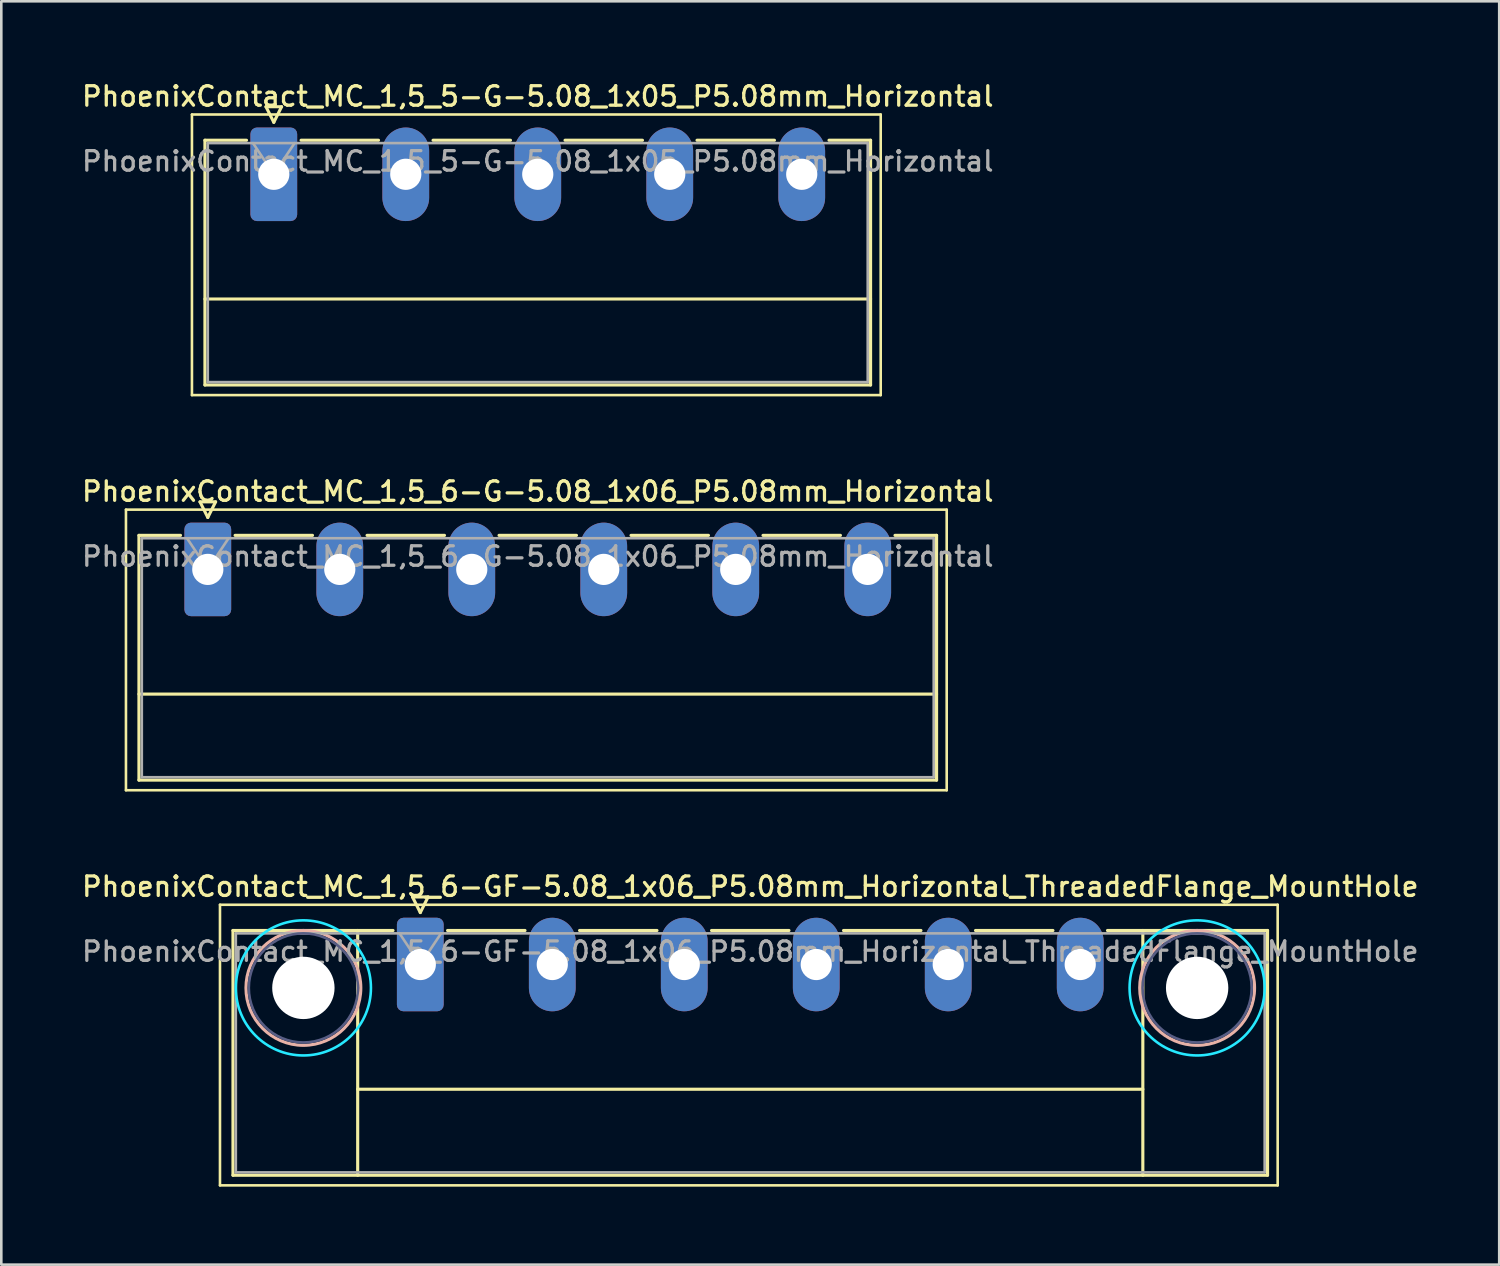
<source format=kicad_pcb>
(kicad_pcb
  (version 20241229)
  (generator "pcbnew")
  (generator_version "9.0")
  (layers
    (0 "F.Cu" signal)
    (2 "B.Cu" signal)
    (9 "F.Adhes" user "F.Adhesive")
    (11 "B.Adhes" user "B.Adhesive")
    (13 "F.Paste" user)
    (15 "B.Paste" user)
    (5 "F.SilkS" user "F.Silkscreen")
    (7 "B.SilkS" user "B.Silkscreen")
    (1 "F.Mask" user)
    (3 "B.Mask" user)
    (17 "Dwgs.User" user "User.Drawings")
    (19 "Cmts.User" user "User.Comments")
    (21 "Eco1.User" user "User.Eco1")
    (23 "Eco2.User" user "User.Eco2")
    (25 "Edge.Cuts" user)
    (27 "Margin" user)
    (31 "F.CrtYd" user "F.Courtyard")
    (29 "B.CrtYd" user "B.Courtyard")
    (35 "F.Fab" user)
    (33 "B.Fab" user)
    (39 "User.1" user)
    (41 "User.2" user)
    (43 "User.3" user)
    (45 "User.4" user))
  (footprint "PhoenixContact_MC_1,5_6-G-5.08_1x06_P5.08mm_Horizontal"
    (layer "F.Cu")
    (at 4.948 18.866)
    (property "Reference" "PhoenixContact_MC_1,5_6-G-5.08_1x06_P5.08mm_Horizontal" (at 12.7 -3 0) (layer "F.SilkS") (effects (font (size 0.75 0.75) (thickness 0.125))))
    (attr through_hole)
    (fp_line (start -3.15 -2.3) (end -3.15 8.5) (stroke (width 0.1) (type solid)) (layer "F.SilkS"))
    (fp_line (start -3.15 8.5) (end 28.44 8.5) (stroke (width 0.1) (type solid)) (layer "F.SilkS"))
    (fp_line (start -2.65 -1.31) (end -2.65 8.11) (stroke (width 0.12) (type solid)) (layer "F.SilkS"))
    (fp_line (start -2.65 -1.31) (end -1.05 -1.31) (stroke (width 0.12) (type solid)) (layer "F.SilkS"))
    (fp_line (start -2.65 4.8) (end 28.05 4.8) (stroke (width 0.12) (type solid)) (layer "F.SilkS"))
    (fp_line (start -2.65 8.11) (end 28.05 8.11) (stroke (width 0.12) (type solid)) (layer "F.SilkS"))
    (fp_line (start -0.3 -2.6) (end 0.3 -2.6) (stroke (width 0.12) (type solid)) (layer "F.SilkS"))
    (fp_line (start 0 -2) (end -0.3 -2.6) (stroke (width 0.12) (type solid)) (layer "F.SilkS"))
    (fp_line (start 0.3 -2.6) (end 0 -2) (stroke (width 0.12) (type solid)) (layer "F.SilkS"))
    (fp_line (start 1.05 -1.31) (end 4.03 -1.31) (stroke (width 0.12) (type solid)) (layer "F.SilkS"))
    (fp_line (start 6.13 -1.31) (end 9.11 -1.31) (stroke (width 0.12) (type solid)) (layer "F.SilkS"))
    (fp_line (start 11.21 -1.31) (end 14.19 -1.31) (stroke (width 0.12) (type solid)) (layer "F.SilkS"))
    (fp_line (start 16.29 -1.31) (end 19.27 -1.31) (stroke (width 0.12) (type solid)) (layer "F.SilkS"))
    (fp_line (start 21.37 -1.31) (end 24.35 -1.31) (stroke (width 0.12) (type solid)) (layer "F.SilkS"))
    (fp_line (start 28.05 -1.31) (end 26.45 -1.31) (stroke (width 0.12) (type solid)) (layer "F.SilkS"))
    (fp_line (start 28.05 8.11) (end 28.05 -1.31) (stroke (width 0.12) (type solid)) (layer "F.SilkS"))
    (fp_line (start 28.44 -2.3) (end -3.15 -2.3) (stroke (width 0.1) (type solid)) (layer "F.SilkS"))
    (fp_line (start 28.44 8.5) (end 28.44 -2.3) (stroke (width 0.1) (type solid)) (layer "F.SilkS"))
    (fp_line (start -2.54 -1.2) (end -2.54 8) (stroke (width 0.1) (type solid)) (layer "F.Fab"))
    (fp_line (start -2.54 8) (end 27.94 8) (stroke (width 0.1) (type solid)) (layer "F.Fab"))
    (fp_line (start 0 0) (end -0.8 -1.2) (stroke (width 0.1) (type solid)) (layer "F.Fab"))
    (fp_line (start 0.8 -1.2) (end 0 0) (stroke (width 0.1) (type solid)) (layer "F.Fab"))
    (fp_line (start 27.94 -1.2) (end -2.54 -1.2) (stroke (width 0.1) (type solid)) (layer "F.Fab"))
    (fp_line (start 27.94 8) (end 27.94 -1.2) (stroke (width 0.1) (type solid)) (layer "F.Fab"))
    (fp_text user "${REFERENCE}" (at 12.7 -0.5 0) (layer "F.Fab") (effects (font (size 0.75 0.75) (thickness 0.125))))
    (pad "1" thru_hole roundrect (at 0 0) (size 1.8 3.6) (drill 1.2) (layers "*.Cu" "*.Mask") (roundrect_rratio 0.139))
    (pad "2" thru_hole oval (at 5.08 0) (size 1.8 3.6) (drill 1.2) (layers "*.Cu" "*.Mask"))
    (pad "3" thru_hole oval (at 10.16 0) (size 1.8 3.6) (drill 1.2) (layers "*.Cu" "*.Mask"))
    (pad "4" thru_hole oval (at 15.24 0) (size 1.8 3.6) (drill 1.2) (layers "*.Cu" "*.Mask"))
    (pad "5" thru_hole oval (at 20.32 0) (size 1.8 3.6) (drill 1.2) (layers "*.Cu" "*.Mask"))
    (pad "6" thru_hole oval (at 25.4 0) (size 1.8 3.6) (drill 1.2) (layers "*.Cu" "*.Mask")))
  (footprint "PhoenixContact_MC_1,5_5-G-5.08_1x05_P5.08mm_Horizontal"
    (layer "F.Cu")
    (at 7.488 3.658)
    (property "Reference" "PhoenixContact_MC_1,5_5-G-5.08_1x05_P5.08mm_Horizontal" (at 10.16 -3 0) (layer "F.SilkS") (effects (font (size 0.75 0.75) (thickness 0.125))))
    (attr through_hole)
    (fp_line (start -3.15 -2.3) (end -3.15 8.5) (stroke (width 0.1) (type solid)) (layer "F.SilkS"))
    (fp_line (start -3.15 8.5) (end 23.36 8.5) (stroke (width 0.1) (type solid)) (layer "F.SilkS"))
    (fp_line (start -2.65 -1.31) (end -2.65 8.11) (stroke (width 0.12) (type solid)) (layer "F.SilkS"))
    (fp_line (start -2.65 -1.31) (end -1.05 -1.31) (stroke (width 0.12) (type solid)) (layer "F.SilkS"))
    (fp_line (start -2.65 4.8) (end 22.97 4.8) (stroke (width 0.12) (type solid)) (layer "F.SilkS"))
    (fp_line (start -2.65 8.11) (end 22.97 8.11) (stroke (width 0.12) (type solid)) (layer "F.SilkS"))
    (fp_line (start -0.3 -2.6) (end 0.3 -2.6) (stroke (width 0.12) (type solid)) (layer "F.SilkS"))
    (fp_line (start 0 -2) (end -0.3 -2.6) (stroke (width 0.12) (type solid)) (layer "F.SilkS"))
    (fp_line (start 0.3 -2.6) (end 0 -2) (stroke (width 0.12) (type solid)) (layer "F.SilkS"))
    (fp_line (start 1.05 -1.31) (end 4.03 -1.31) (stroke (width 0.12) (type solid)) (layer "F.SilkS"))
    (fp_line (start 6.13 -1.31) (end 9.11 -1.31) (stroke (width 0.12) (type solid)) (layer "F.SilkS"))
    (fp_line (start 11.21 -1.31) (end 14.19 -1.31) (stroke (width 0.12) (type solid)) (layer "F.SilkS"))
    (fp_line (start 16.29 -1.31) (end 19.27 -1.31) (stroke (width 0.12) (type solid)) (layer "F.SilkS"))
    (fp_line (start 22.97 -1.31) (end 21.37 -1.31) (stroke (width 0.12) (type solid)) (layer "F.SilkS"))
    (fp_line (start 22.97 8.11) (end 22.97 -1.31) (stroke (width 0.12) (type solid)) (layer "F.SilkS"))
    (fp_line (start 23.36 -2.3) (end -3.15 -2.3) (stroke (width 0.1) (type solid)) (layer "F.SilkS"))
    (fp_line (start 23.36 8.5) (end 23.36 -2.3) (stroke (width 0.1) (type solid)) (layer "F.SilkS"))
    (fp_line (start -2.54 -1.2) (end -2.54 8) (stroke (width 0.1) (type solid)) (layer "F.Fab"))
    (fp_line (start -2.54 8) (end 22.86 8) (stroke (width 0.1) (type solid)) (layer "F.Fab"))
    (fp_line (start 0 0) (end -0.8 -1.2) (stroke (width 0.1) (type solid)) (layer "F.Fab"))
    (fp_line (start 0.8 -1.2) (end 0 0) (stroke (width 0.1) (type solid)) (layer "F.Fab"))
    (fp_line (start 22.86 -1.2) (end -2.54 -1.2) (stroke (width 0.1) (type solid)) (layer "F.Fab"))
    (fp_line (start 22.86 8) (end 22.86 -1.2) (stroke (width 0.1) (type solid)) (layer "F.Fab"))
    (fp_text user "${REFERENCE}" (at 10.16 -0.5 0) (layer "F.Fab") (effects (font (size 0.75 0.75) (thickness 0.125))))
    (pad "1" thru_hole roundrect (at 0 0) (size 1.8 3.6) (drill 1.2) (layers "*.Cu" "*.Mask") (roundrect_rratio 0.139))
    (pad "2" thru_hole oval (at 5.08 0) (size 1.8 3.6) (drill 1.2) (layers "*.Cu" "*.Mask"))
    (pad "3" thru_hole oval (at 10.16 0) (size 1.8 3.6) (drill 1.2) (layers "*.Cu" "*.Mask"))
    (pad "4" thru_hole oval (at 15.24 0) (size 1.8 3.6) (drill 1.2) (layers "*.Cu" "*.Mask"))
    (pad "5" thru_hole oval (at 20.32 0) (size 1.8 3.6) (drill 1.2) (layers "*.Cu" "*.Mask")))
  (footprint "PhoenixContact_MC_1,5_6-GF-5.08_1x06_P5.08mm_Horizontal_ThreadedFlange_MountHole"
    (layer "F.Cu")
    (at 13.127 34.074)
    (property "Reference" "PhoenixContact_MC_1,5_6-GF-5.08_1x06_P5.08mm_Horizontal_ThreadedFlange_MountHole" (at 12.7 -3 0) (layer "F.SilkS") (effects (font (size 0.75 0.75) (thickness 0.125))))
    (attr through_hole)
    (fp_line (start -7.71 -2.3) (end -7.71 8.5) (stroke (width 0.1) (type solid)) (layer "F.SilkS"))
    (fp_line (start -7.71 8.5) (end 33 8.5) (stroke (width 0.1) (type solid)) (layer "F.SilkS"))
    (fp_line (start -7.21 -1.31) (end -7.21 8.11) (stroke (width 0.12) (type solid)) (layer "F.SilkS"))
    (fp_line (start -7.21 -1.31) (end -1.05 -1.31) (stroke (width 0.12) (type solid)) (layer "F.SilkS"))
    (fp_line (start -7.21 8.11) (end 32.61 8.11) (stroke (width 0.12) (type solid)) (layer "F.SilkS"))
    (fp_line (start -2.41 -1.31) (end -2.41 8.11) (stroke (width 0.12) (type solid)) (layer "F.SilkS"))
    (fp_line (start -2.41 4.8) (end 27.81 4.8) (stroke (width 0.12) (type solid)) (layer "F.SilkS"))
    (fp_line (start -0.3 -2.6) (end 0.3 -2.6) (stroke (width 0.12) (type solid)) (layer "F.SilkS"))
    (fp_line (start 0 -2) (end -0.3 -2.6) (stroke (width 0.12) (type solid)) (layer "F.SilkS"))
    (fp_line (start 0.3 -2.6) (end 0 -2) (stroke (width 0.12) (type solid)) (layer "F.SilkS"))
    (fp_line (start 1.05 -1.31) (end 4.03 -1.31) (stroke (width 0.12) (type solid)) (layer "F.SilkS"))
    (fp_line (start 6.13 -1.31) (end 9.11 -1.31) (stroke (width 0.12) (type solid)) (layer "F.SilkS"))
    (fp_line (start 11.21 -1.31) (end 14.19 -1.31) (stroke (width 0.12) (type solid)) (layer "F.SilkS"))
    (fp_line (start 16.29 -1.31) (end 19.27 -1.31) (stroke (width 0.12) (type solid)) (layer "F.SilkS"))
    (fp_line (start 21.37 -1.31) (end 24.35 -1.31) (stroke (width 0.12) (type solid)) (layer "F.SilkS"))
    (fp_line (start 27.81 -1.31) (end 27.81 8.11) (stroke (width 0.12) (type solid)) (layer "F.SilkS"))
    (fp_line (start 32.61 -1.31) (end 26.45 -1.31) (stroke (width 0.12) (type solid)) (layer "F.SilkS"))
    (fp_line (start 32.61 8.11) (end 32.61 -1.31) (stroke (width 0.12) (type solid)) (layer "F.SilkS"))
    (fp_line (start 33 -2.3) (end -7.71 -2.3) (stroke (width 0.1) (type solid)) (layer "F.SilkS"))
    (fp_line (start 33 8.5) (end 33 -2.3) (stroke (width 0.1) (type solid)) (layer "F.SilkS"))
    (fp_circle (center -4.5 0.9) (end -2.29 0.9) (stroke (width 0.12) (type solid)) (fill no) (layer "B.SilkS"))
    (fp_circle (center 29.9 0.9) (end 32.11 0.9) (stroke (width 0.12) (type solid)) (fill no) (layer "B.SilkS"))
    (fp_circle (center -4.5 0.9) (end -1.9 0.9) (stroke (width 0.1) (type solid)) (fill no) (layer "B.CrtYd"))
    (fp_circle (center 29.9 0.9) (end 32.5 0.9) (stroke (width 0.1) (type solid)) (fill no) (layer "B.CrtYd"))
    (fp_circle (center -4.5 0.9) (end -2.4 0.9) (stroke (width 0.1) (type solid)) (fill no) (layer "B.Fab"))
    (fp_circle (center 29.9 0.9) (end 32 0.9) (stroke (width 0.1) (type solid)) (fill no) (layer "B.Fab"))
    (fp_line (start -7.1 -1.2) (end -7.1 8) (stroke (width 0.1) (type solid)) (layer "F.Fab"))
    (fp_line (start -7.1 8) (end 32.5 8) (stroke (width 0.1) (type solid)) (layer "F.Fab"))
    (fp_line (start 0 0) (end -0.8 -1.2) (stroke (width 0.1) (type solid)) (layer "F.Fab"))
    (fp_line (start 0.8 -1.2) (end 0 0) (stroke (width 0.1) (type solid)) (layer "F.Fab"))
    (fp_line (start 32.5 -1.2) (end -7.1 -1.2) (stroke (width 0.1) (type solid)) (layer "F.Fab"))
    (fp_line (start 32.5 8) (end 32.5 -1.2) (stroke (width 0.1) (type solid)) (layer "F.Fab"))
    (fp_text user "${REFERENCE}" (at 12.7 -0.5 0) (layer "F.Fab") (effects (font (size 0.75 0.75) (thickness 0.125))))
    (pad "" np_thru_hole circle (at -4.5 0.9) (size 2.4 2.4) (drill 2.4) (layers "*.Cu" "*.Mask"))
    (pad "" np_thru_hole circle (at 29.9 0.9) (size 2.4 2.4) (drill 2.4) (layers "*.Cu" "*.Mask"))
    (pad "1" thru_hole roundrect (at 0 0) (size 1.8 3.6) (drill 1.2) (layers "*.Cu" "*.Mask") (roundrect_rratio 0.139))
    (pad "2" thru_hole oval (at 5.08 0) (size 1.8 3.6) (drill 1.2) (layers "*.Cu" "*.Mask"))
    (pad "3" thru_hole oval (at 10.16 0) (size 1.8 3.6) (drill 1.2) (layers "*.Cu" "*.Mask"))
    (pad "4" thru_hole oval (at 15.24 0) (size 1.8 3.6) (drill 1.2) (layers "*.Cu" "*.Mask"))
    (pad "5" thru_hole oval (at 20.32 0) (size 1.8 3.6) (drill 1.2) (layers "*.Cu" "*.Mask"))
    (pad "6" thru_hole oval (at 25.4 0) (size 1.8 3.6) (drill 1.2) (layers "*.Cu" "*.Mask")))
  (gr_rect
    (start -3 -3)
    (end 54.654 45.624)
    (stroke (width 0.1) (type default))
    (fill no)
    (layer "Edge.Cuts")))
</source>
